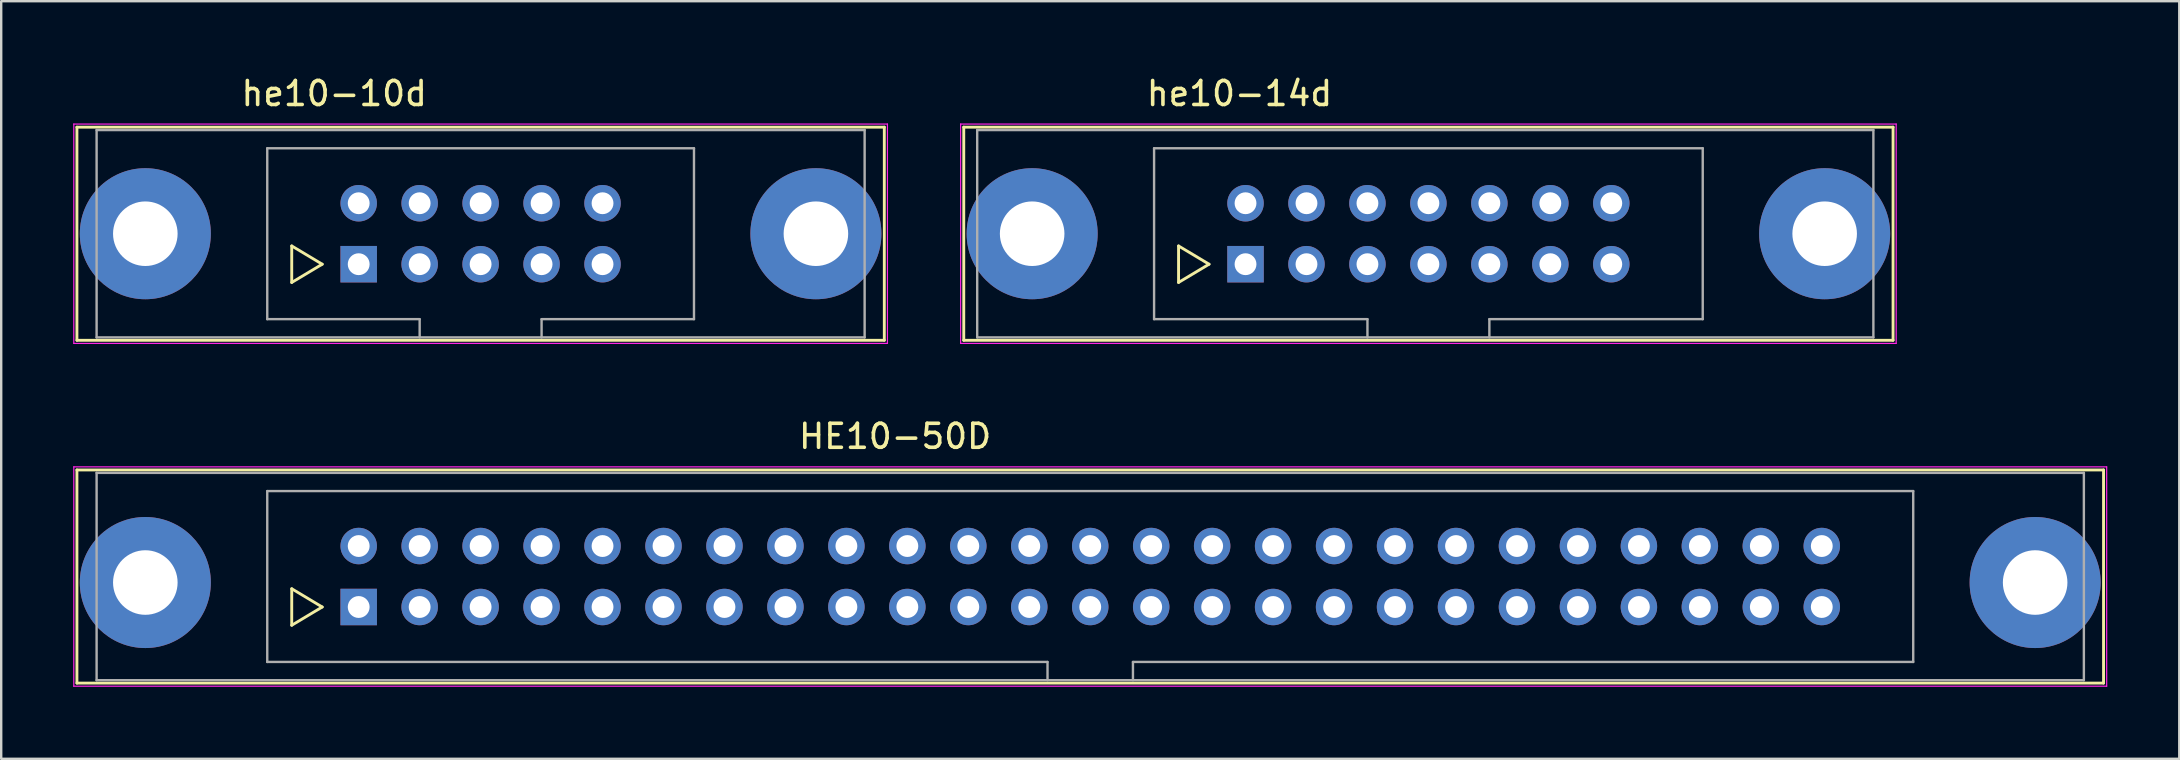
<source format=kicad_pcb>
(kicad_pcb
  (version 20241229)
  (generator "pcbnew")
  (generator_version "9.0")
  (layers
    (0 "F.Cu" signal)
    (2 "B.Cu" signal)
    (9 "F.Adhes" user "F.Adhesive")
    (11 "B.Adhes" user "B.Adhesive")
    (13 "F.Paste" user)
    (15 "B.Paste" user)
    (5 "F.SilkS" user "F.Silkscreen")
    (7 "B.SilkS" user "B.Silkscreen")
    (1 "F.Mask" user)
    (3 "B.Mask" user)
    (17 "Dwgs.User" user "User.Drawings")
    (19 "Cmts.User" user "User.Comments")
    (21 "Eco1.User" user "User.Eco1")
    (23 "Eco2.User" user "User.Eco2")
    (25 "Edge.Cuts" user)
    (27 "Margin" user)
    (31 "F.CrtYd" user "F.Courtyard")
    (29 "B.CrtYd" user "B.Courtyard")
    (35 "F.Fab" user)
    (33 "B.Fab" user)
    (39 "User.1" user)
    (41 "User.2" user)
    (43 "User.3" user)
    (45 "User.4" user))
  (footprint "he10-14d"
    (layer "F.Cu")
    (at 48.845 7.958)
    (property "Reference" "he10-14d" (at -0.25 -7.11 0) (layer "F.SilkS") (effects (font (size 1 1) (thickness 0.15))))
    (attr through_hole)
    (fp_line (start -11.74 -5.71) (end -11.74 3.17) (stroke (width 0.12) (type solid)) (layer "F.SilkS"))
    (fp_line (start -11.74 -5.71) (end 26.98 -5.71) (stroke (width 0.12) (type solid)) (layer "F.SilkS"))
    (fp_line (start -2.79 -0.76) (end -2.79 0.76) (stroke (width 0.12) (type solid)) (layer "F.SilkS"))
    (fp_line (start -2.79 0.76) (end -1.52 0) (stroke (width 0.12) (type solid)) (layer "F.SilkS"))
    (fp_line (start -1.52 0) (end -2.79 -0.76) (stroke (width 0.12) (type solid)) (layer "F.SilkS"))
    (fp_line (start 26.98 3.17) (end -11.74 3.17) (stroke (width 0.12) (type solid)) (layer "F.SilkS"))
    (fp_line (start 26.98 3.17) (end 26.98 -5.71) (stroke (width 0.12) (type solid)) (layer "F.SilkS"))
    (fp_line (start -11.87 -5.84) (end -11.87 3.3) (stroke (width 0.05) (type solid)) (layer "F.CrtYd"))
    (fp_line (start -11.87 -5.84) (end 27.11 -5.84) (stroke (width 0.05) (type solid)) (layer "F.CrtYd"))
    (fp_line (start 27.11 3.3) (end -11.87 3.3) (stroke (width 0.05) (type solid)) (layer "F.CrtYd"))
    (fp_line (start 27.11 3.3) (end 27.11 -5.84) (stroke (width 0.05) (type solid)) (layer "F.CrtYd"))
    (fp_line (start -11.18 -5.59) (end 26.16 -5.59) (stroke (width 0.1) (type solid)) (layer "F.Fab"))
    (fp_line (start -11.18 3.05) (end -11.18 -5.59) (stroke (width 0.1) (type solid)) (layer "F.Fab"))
    (fp_line (start -3.81 -4.83) (end 19.05 -4.83) (stroke (width 0.1) (type solid)) (layer "F.Fab"))
    (fp_line (start -3.81 2.29) (end -3.81 -4.83) (stroke (width 0.1) (type solid)) (layer "F.Fab"))
    (fp_line (start 5.08 2.29) (end -3.81 2.29) (stroke (width 0.1) (type solid)) (layer "F.Fab"))
    (fp_line (start 5.08 3.05) (end 5.08 2.29) (stroke (width 0.1) (type solid)) (layer "F.Fab"))
    (fp_line (start 10.16 2.29) (end 10.16 3.05) (stroke (width 0.1) (type solid)) (layer "F.Fab"))
    (fp_line (start 19.05 -4.83) (end 19.05 2.29) (stroke (width 0.1) (type solid)) (layer "F.Fab"))
    (fp_line (start 19.05 2.29) (end 10.16 2.29) (stroke (width 0.1) (type solid)) (layer "F.Fab"))
    (fp_line (start 26.16 -5.59) (end 26.16 3.05) (stroke (width 0.1) (type solid)) (layer "F.Fab"))
    (fp_line (start 26.16 3.05) (end -11.18 3.05) (stroke (width 0.1) (type solid)) (layer "F.Fab"))
    (pad "0" thru_hole circle (at -8.89 -1.27) (size 5.46 5.46) (drill 2.69) (layers "*.Cu" "*.Mask"))
    (pad "0" thru_hole circle (at 24.13 -1.27) (size 5.46 5.46) (drill 2.69) (layers "*.Cu" "*.Mask"))
    (pad "1" thru_hole rect (at 0 0) (size 1.52 1.52) (drill 0.91) (layers "*.Cu" "*.Mask"))
    (pad "2" thru_hole circle (at 0 -2.54) (size 1.52 1.52) (drill 0.91) (layers "*.Cu" "*.Mask"))
    (pad "3" thru_hole circle (at 2.54 0) (size 1.52 1.52) (drill 0.91) (layers "*.Cu" "*.Mask"))
    (pad "4" thru_hole circle (at 2.54 -2.54) (size 1.52 1.52) (drill 0.91) (layers "*.Cu" "*.Mask"))
    (pad "5" thru_hole circle (at 5.08 0) (size 1.52 1.52) (drill 0.91) (layers "*.Cu" "*.Mask"))
    (pad "6" thru_hole circle (at 5.08 -2.54) (size 1.52 1.52) (drill 0.91) (layers "*.Cu" "*.Mask"))
    (pad "7" thru_hole circle (at 7.62 0) (size 1.52 1.52) (drill 0.91) (layers "*.Cu" "*.Mask"))
    (pad "8" thru_hole circle (at 7.62 -2.54) (size 1.52 1.52) (drill 0.91) (layers "*.Cu" "*.Mask"))
    (pad "9" thru_hole circle (at 10.16 0) (size 1.52 1.52) (drill 0.91) (layers "*.Cu" "*.Mask"))
    (pad "10" thru_hole circle (at 10.16 -2.54) (size 1.52 1.52) (drill 0.91) (layers "*.Cu" "*.Mask"))
    (pad "11" thru_hole circle (at 12.7 0) (size 1.52 1.52) (drill 0.91) (layers "*.Cu" "*.Mask"))
    (pad "12" thru_hole circle (at 12.7 -2.54) (size 1.52 1.52) (drill 0.91) (layers "*.Cu" "*.Mask"))
    (pad "13" thru_hole circle (at 15.24 0) (size 1.52 1.52) (drill 0.91) (layers "*.Cu" "*.Mask"))
    (pad "14" thru_hole circle (at 15.24 -2.54) (size 1.52 1.52) (drill 0.91) (layers "*.Cu" "*.Mask")))
  (footprint "HE10-50D"
    (layer "F.Cu")
    (at 11.895 22.241)
    (property "Reference" "HE10-50D" (at 22.35 -7.11 0) (layer "F.SilkS") (effects (font (size 1 1) (thickness 0.15))))
    (attr through_hole)
    (fp_line (start -11.74 -5.71) (end -11.74 3.17) (stroke (width 0.12) (type solid)) (layer "F.SilkS"))
    (fp_line (start -11.74 -5.71) (end 72.7 -5.71) (stroke (width 0.12) (type solid)) (layer "F.SilkS"))
    (fp_line (start -2.79 -0.76) (end -2.79 0.76) (stroke (width 0.12) (type solid)) (layer "F.SilkS"))
    (fp_line (start -2.79 0.76) (end -1.52 0) (stroke (width 0.12) (type solid)) (layer "F.SilkS"))
    (fp_line (start -1.52 0) (end -2.79 -0.76) (stroke (width 0.12) (type solid)) (layer "F.SilkS"))
    (fp_line (start 72.7 3.17) (end -11.74 3.17) (stroke (width 0.12) (type solid)) (layer "F.SilkS"))
    (fp_line (start 72.7 3.17) (end 72.7 -5.71) (stroke (width 0.12) (type solid)) (layer "F.SilkS"))
    (fp_line (start -11.87 -5.84) (end -11.87 3.3) (stroke (width 0.05) (type solid)) (layer "F.CrtYd"))
    (fp_line (start -11.87 -5.84) (end 72.83 -5.84) (stroke (width 0.05) (type solid)) (layer "F.CrtYd"))
    (fp_line (start 72.83 3.3) (end -11.87 3.3) (stroke (width 0.05) (type solid)) (layer "F.CrtYd"))
    (fp_line (start 72.83 3.3) (end 72.83 -5.84) (stroke (width 0.05) (type solid)) (layer "F.CrtYd"))
    (fp_line (start -10.92 -5.59) (end -10.92 3.05) (stroke (width 0.1) (type solid)) (layer "F.Fab"))
    (fp_line (start -10.92 3.05) (end 71.88 3.05) (stroke (width 0.1) (type solid)) (layer "F.Fab"))
    (fp_line (start -3.81 -4.83) (end 64.77 -4.83) (stroke (width 0.1) (type solid)) (layer "F.Fab"))
    (fp_line (start -3.81 2.29) (end -3.81 -4.83) (stroke (width 0.1) (type solid)) (layer "F.Fab"))
    (fp_line (start 28.7 2.29) (end -3.81 2.29) (stroke (width 0.1) (type solid)) (layer "F.Fab"))
    (fp_line (start 28.7 3.05) (end 28.7 2.29) (stroke (width 0.1) (type solid)) (layer "F.Fab"))
    (fp_line (start 32.26 2.29) (end 32.26 3.05) (stroke (width 0.1) (type solid)) (layer "F.Fab"))
    (fp_line (start 64.77 -4.83) (end 64.77 2.29) (stroke (width 0.1) (type solid)) (layer "F.Fab"))
    (fp_line (start 64.77 2.29) (end 32.26 2.29) (stroke (width 0.1) (type solid)) (layer "F.Fab"))
    (fp_line (start 71.88 -5.59) (end -10.92 -5.59) (stroke (width 0.1) (type solid)) (layer "F.Fab"))
    (fp_line (start 71.88 3.05) (end 71.88 -5.59) (stroke (width 0.1) (type solid)) (layer "F.Fab"))
    (pad "" thru_hole circle (at -8.89 -1.02) (size 5.46 5.46) (drill 2.69) (layers "*.Cu" "*.Mask"))
    (pad "" thru_hole circle (at 69.85 -1.02) (size 5.46 5.46) (drill 2.69) (layers "*.Cu" "*.Mask"))
    (pad "1" thru_hole rect (at 0 0) (size 1.52 1.52) (drill 0.91) (layers "*.Cu" "*.Mask"))
    (pad "2" thru_hole circle (at 0 -2.54) (size 1.52 1.52) (drill 0.91) (layers "*.Cu" "*.Mask"))
    (pad "3" thru_hole circle (at 2.54 0) (size 1.52 1.52) (drill 0.91) (layers "*.Cu" "*.Mask"))
    (pad "4" thru_hole circle (at 2.54 -2.54) (size 1.52 1.52) (drill 0.91) (layers "*.Cu" "*.Mask"))
    (pad "5" thru_hole circle (at 5.08 0) (size 1.52 1.52) (drill 0.91) (layers "*.Cu" "*.Mask"))
    (pad "6" thru_hole circle (at 5.08 -2.54) (size 1.52 1.52) (drill 0.91) (layers "*.Cu" "*.Mask"))
    (pad "7" thru_hole circle (at 7.62 0) (size 1.52 1.52) (drill 0.91) (layers "*.Cu" "*.Mask"))
    (pad "8" thru_hole circle (at 7.62 -2.54) (size 1.52 1.52) (drill 0.91) (layers "*.Cu" "*.Mask"))
    (pad "9" thru_hole circle (at 10.16 0) (size 1.52 1.52) (drill 0.91) (layers "*.Cu" "*.Mask"))
    (pad "10" thru_hole circle (at 10.16 -2.54) (size 1.52 1.52) (drill 0.91) (layers "*.Cu" "*.Mask"))
    (pad "11" thru_hole circle (at 12.7 0) (size 1.52 1.52) (drill 0.91) (layers "*.Cu" "*.Mask"))
    (pad "12" thru_hole circle (at 12.7 -2.54) (size 1.52 1.52) (drill 0.91) (layers "*.Cu" "*.Mask"))
    (pad "13" thru_hole circle (at 15.24 0) (size 1.52 1.52) (drill 0.91) (layers "*.Cu" "*.Mask"))
    (pad "14" thru_hole circle (at 15.24 -2.54) (size 1.52 1.52) (drill 0.91) (layers "*.Cu" "*.Mask"))
    (pad "15" thru_hole circle (at 17.78 0) (size 1.52 1.52) (drill 0.91) (layers "*.Cu" "*.Mask"))
    (pad "16" thru_hole circle (at 17.78 -2.54) (size 1.52 1.52) (drill 0.91) (layers "*.Cu" "*.Mask"))
    (pad "17" thru_hole circle (at 20.32 0) (size 1.52 1.52) (drill 0.91) (layers "*.Cu" "*.Mask"))
    (pad "18" thru_hole circle (at 20.32 -2.54) (size 1.52 1.52) (drill 0.91) (layers "*.Cu" "*.Mask"))
    (pad "19" thru_hole circle (at 22.86 0) (size 1.52 1.52) (drill 0.91) (layers "*.Cu" "*.Mask"))
    (pad "20" thru_hole circle (at 22.86 -2.54) (size 1.52 1.52) (drill 0.91) (layers "*.Cu" "*.Mask"))
    (pad "21" thru_hole circle (at 25.4 0) (size 1.52 1.52) (drill 0.91) (layers "*.Cu" "*.Mask"))
    (pad "22" thru_hole circle (at 25.4 -2.54) (size 1.52 1.52) (drill 0.91) (layers "*.Cu" "*.Mask"))
    (pad "23" thru_hole circle (at 27.94 0) (size 1.52 1.52) (drill 0.91) (layers "*.Cu" "*.Mask"))
    (pad "24" thru_hole circle (at 27.94 -2.54) (size 1.52 1.52) (drill 0.91) (layers "*.Cu" "*.Mask"))
    (pad "25" thru_hole circle (at 30.48 0) (size 1.52 1.52) (drill 0.91) (layers "*.Cu" "*.Mask"))
    (pad "26" thru_hole circle (at 30.48 -2.54) (size 1.52 1.52) (drill 0.91) (layers "*.Cu" "*.Mask"))
    (pad "27" thru_hole circle (at 33.02 0) (size 1.52 1.52) (drill 0.91) (layers "*.Cu" "*.Mask"))
    (pad "28" thru_hole circle (at 33.02 -2.54) (size 1.52 1.52) (drill 0.91) (layers "*.Cu" "*.Mask"))
    (pad "29" thru_hole circle (at 35.56 0) (size 1.52 1.52) (drill 0.91) (layers "*.Cu" "*.Mask"))
    (pad "30" thru_hole circle (at 35.56 -2.54) (size 1.52 1.52) (drill 0.91) (layers "*.Cu" "*.Mask"))
    (pad "31" thru_hole circle (at 38.1 0) (size 1.52 1.52) (drill 0.91) (layers "*.Cu" "*.Mask"))
    (pad "32" thru_hole circle (at 38.1 -2.54) (size 1.52 1.52) (drill 0.91) (layers "*.Cu" "*.Mask"))
    (pad "33" thru_hole circle (at 40.64 0) (size 1.52 1.52) (drill 0.91) (layers "*.Cu" "*.Mask"))
    (pad "34" thru_hole circle (at 40.64 -2.54) (size 1.52 1.52) (drill 0.91) (layers "*.Cu" "*.Mask"))
    (pad "35" thru_hole circle (at 43.18 0) (size 1.52 1.52) (drill 0.91) (layers "*.Cu" "*.Mask"))
    (pad "36" thru_hole circle (at 43.18 -2.54) (size 1.52 1.52) (drill 0.91) (layers "*.Cu" "*.Mask"))
    (pad "37" thru_hole circle (at 45.72 0) (size 1.52 1.52) (drill 0.91) (layers "*.Cu" "*.Mask"))
    (pad "38" thru_hole circle (at 45.72 -2.54) (size 1.52 1.52) (drill 0.91) (layers "*.Cu" "*.Mask"))
    (pad "39" thru_hole circle (at 48.26 0) (size 1.52 1.52) (drill 0.91) (layers "*.Cu" "*.Mask"))
    (pad "40" thru_hole circle (at 48.26 -2.54) (size 1.52 1.52) (drill 0.91) (layers "*.Cu" "*.Mask"))
    (pad "41" thru_hole circle (at 50.8 0) (size 1.52 1.52) (drill 0.91) (layers "*.Cu" "*.Mask"))
    (pad "42" thru_hole circle (at 50.8 -2.54) (size 1.52 1.52) (drill 0.91) (layers "*.Cu" "*.Mask"))
    (pad "43" thru_hole circle (at 53.34 0) (size 1.52 1.52) (drill 0.91) (layers "*.Cu" "*.Mask"))
    (pad "44" thru_hole circle (at 53.34 -2.54) (size 1.52 1.52) (drill 0.91) (layers "*.Cu" "*.Mask"))
    (pad "45" thru_hole circle (at 55.88 0) (size 1.52 1.52) (drill 0.91) (layers "*.Cu" "*.Mask"))
    (pad "46" thru_hole circle (at 55.88 -2.54) (size 1.52 1.52) (drill 0.91) (layers "*.Cu" "*.Mask"))
    (pad "47" thru_hole circle (at 58.42 0) (size 1.52 1.52) (drill 0.91) (layers "*.Cu" "*.Mask"))
    (pad "48" thru_hole circle (at 58.42 -2.54) (size 1.52 1.52) (drill 0.91) (layers "*.Cu" "*.Mask"))
    (pad "49" thru_hole circle (at 60.96 0) (size 1.52 1.52) (drill 0.91) (layers "*.Cu" "*.Mask"))
    (pad "50" thru_hole circle (at 60.96 -2.54) (size 1.52 1.52) (drill 0.91) (layers "*.Cu" "*.Mask")))
  (footprint "he10-10d"
    (layer "F.Cu")
    (at 11.895 7.958)
    (property "Reference" "he10-10d" (at -1.02 -7.11 0) (layer "F.SilkS") (effects (font (size 1 1) (thickness 0.15))))
    (attr through_hole)
    (fp_line (start -11.74 -5.71) (end -11.74 3.17) (stroke (width 0.12) (type solid)) (layer "F.SilkS"))
    (fp_line (start -11.74 -5.71) (end 21.9 -5.71) (stroke (width 0.12) (type solid)) (layer "F.SilkS"))
    (fp_line (start -2.79 -0.76) (end -2.79 0.76) (stroke (width 0.12) (type solid)) (layer "F.SilkS"))
    (fp_line (start -2.79 0.76) (end -1.52 0) (stroke (width 0.12) (type solid)) (layer "F.SilkS"))
    (fp_line (start -1.52 0) (end -2.79 -0.76) (stroke (width 0.12) (type solid)) (layer "F.SilkS"))
    (fp_line (start 21.9 3.17) (end -11.74 3.17) (stroke (width 0.12) (type solid)) (layer "F.SilkS"))
    (fp_line (start 21.9 3.17) (end 21.9 -5.71) (stroke (width 0.12) (type solid)) (layer "F.SilkS"))
    (fp_line (start -11.87 -5.84) (end -11.87 3.3) (stroke (width 0.05) (type solid)) (layer "F.CrtYd"))
    (fp_line (start -11.87 -5.84) (end 22.03 -5.84) (stroke (width 0.05) (type solid)) (layer "F.CrtYd"))
    (fp_line (start 22.03 3.3) (end -11.87 3.3) (stroke (width 0.05) (type solid)) (layer "F.CrtYd"))
    (fp_line (start 22.03 3.3) (end 22.03 -5.84) (stroke (width 0.05) (type solid)) (layer "F.CrtYd"))
    (fp_line (start -10.92 -5.59) (end 21.08 -5.59) (stroke (width 0.1) (type solid)) (layer "F.Fab"))
    (fp_line (start -10.92 3.05) (end -10.92 -5.59) (stroke (width 0.1) (type solid)) (layer "F.Fab"))
    (fp_line (start -3.81 -4.83) (end 13.97 -4.83) (stroke (width 0.1) (type solid)) (layer "F.Fab"))
    (fp_line (start -3.81 2.29) (end -3.81 -4.83) (stroke (width 0.1) (type solid)) (layer "F.Fab"))
    (fp_line (start 2.54 2.29) (end -3.81 2.29) (stroke (width 0.1) (type solid)) (layer "F.Fab"))
    (fp_line (start 2.54 3.05) (end 2.54 2.29) (stroke (width 0.1) (type solid)) (layer "F.Fab"))
    (fp_line (start 7.62 2.29) (end 7.62 3.05) (stroke (width 0.1) (type solid)) (layer "F.Fab"))
    (fp_line (start 13.97 2.29) (end 7.62 2.29) (stroke (width 0.1) (type solid)) (layer "F.Fab"))
    (fp_line (start 13.97 2.29) (end 13.97 -4.83) (stroke (width 0.1) (type solid)) (layer "F.Fab"))
    (fp_line (start 21.08 -5.59) (end 21.08 3.05) (stroke (width 0.1) (type solid)) (layer "F.Fab"))
    (fp_line (start 21.08 3.05) (end -10.92 3.05) (stroke (width 0.1) (type solid)) (layer "F.Fab"))
    (pad "" thru_hole circle (at -8.89 -1.27) (size 5.46 5.46) (drill 2.69) (layers "*.Cu" "*.Mask"))
    (pad "" thru_hole circle (at 19.05 -1.27) (size 5.46 5.46) (drill 2.69) (layers "*.Cu" "*.Mask"))
    (pad "1" thru_hole rect (at 0 0) (size 1.52 1.52) (drill 0.91) (layers "*.Cu" "*.Mask"))
    (pad "2" thru_hole circle (at 0 -2.54) (size 1.52 1.52) (drill 0.91) (layers "*.Cu" "*.Mask"))
    (pad "3" thru_hole circle (at 2.54 0) (size 1.52 1.52) (drill 0.91) (layers "*.Cu" "*.Mask"))
    (pad "4" thru_hole circle (at 2.54 -2.54) (size 1.52 1.52) (drill 0.91) (layers "*.Cu" "*.Mask"))
    (pad "5" thru_hole circle (at 5.08 0) (size 1.52 1.52) (drill 0.91) (layers "*.Cu" "*.Mask"))
    (pad "6" thru_hole circle (at 5.08 -2.54) (size 1.52 1.52) (drill 0.91) (layers "*.Cu" "*.Mask"))
    (pad "7" thru_hole circle (at 7.62 0) (size 1.52 1.52) (drill 0.91) (layers "*.Cu" "*.Mask"))
    (pad "8" thru_hole circle (at 7.62 -2.54) (size 1.52 1.52) (drill 0.91) (layers "*.Cu" "*.Mask"))
    (pad "9" thru_hole circle (at 10.16 0) (size 1.52 1.52) (drill 0.91) (layers "*.Cu" "*.Mask"))
    (pad "10" thru_hole circle (at 10.16 -2.54) (size 1.52 1.52) (drill 0.91) (layers "*.Cu" "*.Mask")))
  (gr_rect
    (start -3 -3)
    (end 87.75 28.567)
    (stroke (width 0.1) (type default))
    (fill no)
    (layer "Edge.Cuts")))
</source>
